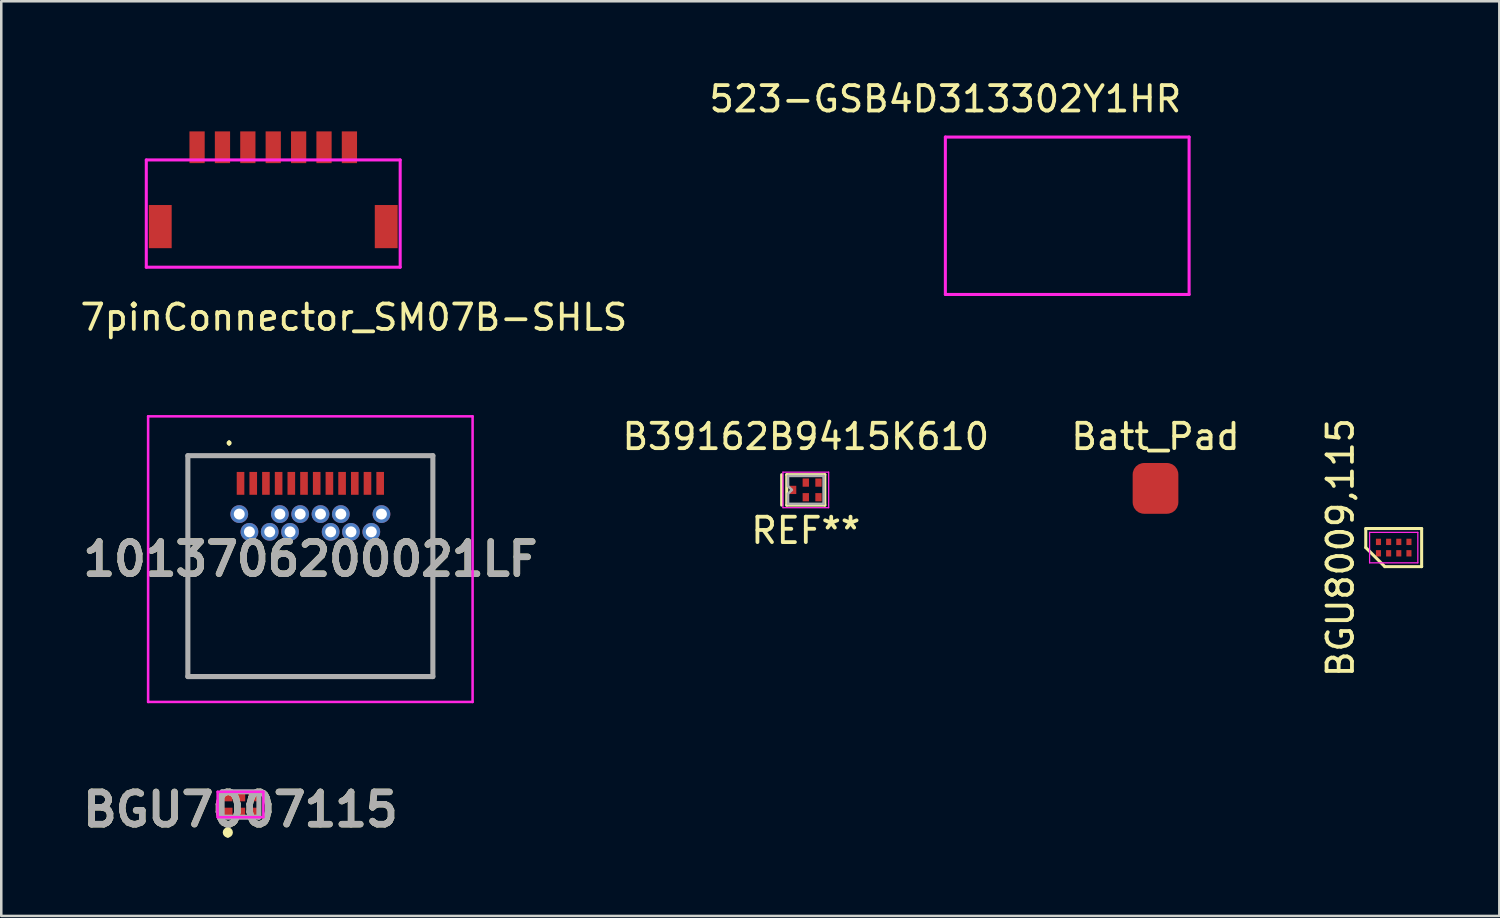
<source format=kicad_pcb>
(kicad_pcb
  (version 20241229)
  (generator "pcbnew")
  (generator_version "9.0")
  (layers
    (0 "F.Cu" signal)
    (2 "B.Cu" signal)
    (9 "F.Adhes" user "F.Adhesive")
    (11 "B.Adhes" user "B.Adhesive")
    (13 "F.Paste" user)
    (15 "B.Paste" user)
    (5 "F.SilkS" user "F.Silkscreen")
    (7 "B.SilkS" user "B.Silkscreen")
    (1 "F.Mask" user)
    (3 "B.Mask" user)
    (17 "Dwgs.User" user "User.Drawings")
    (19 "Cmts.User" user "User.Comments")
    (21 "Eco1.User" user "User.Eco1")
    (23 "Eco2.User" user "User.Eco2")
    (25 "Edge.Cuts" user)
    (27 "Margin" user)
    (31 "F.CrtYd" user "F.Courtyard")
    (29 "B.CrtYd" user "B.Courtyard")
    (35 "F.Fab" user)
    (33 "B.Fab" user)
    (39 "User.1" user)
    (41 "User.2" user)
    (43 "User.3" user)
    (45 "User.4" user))
  (footprint "Batt_Pad"
    (layer "F.Cu")
    (at 42.462 13.646)
    (property "Reference" "Batt_Pad" (at 0 0.5 0) (layer "F.SilkS") (effects (font (size 1 1) (thickness 0.15))))
    (attr through_hole)
    (pad "1" smd roundrect (at 0 2.54) (size 1.8 2) (layers "F.Cu" "F.Mask") (roundrect_rratio 0.25)))
  (footprint "523-GSB4D313302Y1HR"
    (layer "F.Cu")
    (at 34.185 0.348)
    (property "Reference" "523-GSB4D313302Y1HR" (at 0 0.5 0) (layer "F.SilkS") (effects (font (size 1 1) (thickness 0.15))))
    (attr through_hole)
    (fp_line (start 0 2) (end 0 8.2) (stroke (width 0.12) (type solid)) (layer "F.CrtYd"))
    (fp_line (start 0 2) (end 9.6 2) (stroke (width 0.12) (type solid)) (layer "F.CrtYd"))
    (fp_line (start 0 8.2) (end 9.6 8.2) (stroke (width 0.12) (type solid)) (layer "F.CrtYd"))
    (fp_line (start 9.6 2) (end 9.6 8.2) (stroke (width 0.12) (type solid)) (layer "F.CrtYd")))
  (footprint "B39162B9415K610"
    (layer "F.Cu")
    (at 28.688 13.646)
    (property "Reference" "B39162B9415K610" (at 0 0.5 0) (layer "F.SilkS") (effects (font (size 1 1) (thickness 0.15))))
    (attr through_hole)
    (fp_line (start -0.95 2) (end -0.95 3.2) (stroke (width 0.12) (type solid)) (layer "F.SilkS"))
    (fp_line (start -0.75 2) (end -0.75 3.2) (stroke (width 0.12) (type solid)) (layer "F.SilkS"))
    (fp_line (start -0.75 3.2) (end 0.75 3.2) (stroke (width 0.12) (type solid)) (layer "F.SilkS"))
    (fp_line (start 0.75 2) (end -0.75 2) (stroke (width 0.12) (type solid)) (layer "F.SilkS"))
    (fp_line (start 0.75 3.2) (end 0.75 2) (stroke (width 0.12) (type solid)) (layer "F.SilkS"))
    (fp_line (start -0.9 1.9) (end 0.9 1.9) (stroke (width 0.05) (type solid)) (layer "F.CrtYd"))
    (fp_line (start -0.9 3.3) (end -0.9 1.9) (stroke (width 0.05) (type solid)) (layer "F.CrtYd"))
    (fp_line (start 0.9 1.9) (end 0.9 3.3) (stroke (width 0.05) (type solid)) (layer "F.CrtYd"))
    (fp_line (start 0.9 3.3) (end -0.9 3.3) (stroke (width 0.05) (type solid)) (layer "F.CrtYd"))
    (fp_line (start -0.7 2.05) (end -0.7 2.45) (stroke (width 0.1) (type solid)) (layer "F.Fab"))
    (fp_line (start -0.7 2.05) (end 0.7 2.05) (stroke (width 0.1) (type solid)) (layer "F.Fab"))
    (fp_line (start -0.7 2.45) (end -0.55 2.6) (stroke (width 0.1) (type solid)) (layer "F.Fab"))
    (fp_line (start -0.7 2.75) (end -0.7 3.15) (stroke (width 0.1) (type solid)) (layer "F.Fab"))
    (fp_line (start -0.55 2.6) (end -0.7 2.75) (stroke (width 0.1) (type solid)) (layer "F.Fab"))
    (fp_line (start 0.7 2.05) (end 0.7 3.15) (stroke (width 0.1) (type solid)) (layer "F.Fab"))
    (fp_line (start 0.7 3.15) (end -0.7 3.15) (stroke (width 0.1) (type solid)) (layer "F.Fab"))
    (fp_text user "REF**" (at 0 4.2 0) (layer "F.SilkS") (effects (font (size 1 1) (thickness 0.15))))
    (pad "1" smd rect (at -0.5 2.6 90) (size 0.325 0.25) (layers "F.Cu" "F.Mask" "F.Paste"))
    (pad "2" smd rect (at 0 2.312 90) (size 0.325 0.25) (layers "F.Cu" "F.Mask" "F.Paste"))
    (pad "3" smd rect (at 0.5 2.312 90) (size 0.325 0.25) (layers "F.Cu" "F.Mask" "F.Paste"))
    (pad "4" smd rect (at 0.5 2.888 90) (size 0.325 0.25) (layers "F.Cu" "F.Mask" "F.Paste"))
    (pad "5" smd rect (at 0 2.888 90) (size 0.325 0.25) (layers "F.Cu" "F.Mask" "F.Paste")))
  (footprint "BGU8009,115"
    (layer "F.Cu")
    (at 51.844 18.518)
    (property "Reference" "BGU8009,115" (at -2.1 0 90) (layer "F.SilkS") (effects (font (size 1 1) (thickness 0.15))))
    (attr smd)
    (fp_line (start -1.1 -0.75) (end 1.1 -0.75) (stroke (width 0.12) (type solid)) (layer "F.SilkS"))
    (fp_line (start -1.1 0) (end -1.1 -0.75) (stroke (width 0.12) (type solid)) (layer "F.SilkS"))
    (fp_line (start -0.35 0.75) (end -1.1 0) (stroke (width 0.12) (type solid)) (layer "F.SilkS"))
    (fp_line (start 1.1 -0.75) (end 1.1 0.75) (stroke (width 0.12) (type solid)) (layer "F.SilkS"))
    (fp_line (start 1.1 0.75) (end -0.35 0.75) (stroke (width 0.12) (type solid)) (layer "F.SilkS"))
    (fp_line (start -0.95 -0.6) (end 0.95 -0.6) (stroke (width 0.05) (type solid)) (layer "F.CrtYd"))
    (fp_line (start -0.95 0.6) (end -0.95 -0.6) (stroke (width 0.05) (type solid)) (layer "F.CrtYd"))
    (fp_line (start 0.95 -0.6) (end 0.95 0.6) (stroke (width 0.05) (type solid)) (layer "F.CrtYd"))
    (fp_line (start 0.95 0.6) (end -0.95 0.6) (stroke (width 0.05) (type solid)) (layer "F.CrtYd"))
    (pad "1" smd rect (at -0.6 0.225) (size 0.2 0.25) (layers "F.Cu" "F.Mask" "F.Paste"))
    (pad "2" smd rect (at -0.2 0.225) (size 0.2 0.25) (layers "F.Cu" "F.Mask" "F.Paste"))
    (pad "3" smd rect (at 0.2 0.225) (size 0.2 0.25) (layers "F.Cu" "F.Mask" "F.Paste"))
    (pad "4" smd rect (at 0.6 0.225) (size 0.2 0.25) (layers "F.Cu" "F.Mask" "F.Paste"))
    (pad "5" smd rect (at 0.6 -0.225) (size 0.2 0.25) (layers "F.Cu" "F.Mask" "F.Paste"))
    (pad "6" smd rect (at 0.2 -0.225) (size 0.2 0.25) (layers "F.Cu" "F.Mask" "F.Paste"))
    (pad "7" smd rect (at -0.2 -0.225) (size 0.2 0.25) (layers "F.Cu" "F.Mask" "F.Paste"))
    (pad "8" smd rect (at -0.6 -0.225) (size 0.2 0.25) (layers "F.Cu" "F.Mask" "F.Paste")))
  (footprint "BGU7007115"
    (layer "F.Cu")
    (at 6.423 28.637)
    (property "Reference" "BGU7007115" (at 0 0.2 0) (layer "F.SilkS") (effects (font (size 1.27 1.27) (thickness 0.254))))
    (attr smd)
    (fp_line (start -0.5 1) (end -0.5 1) (stroke (width 0.2) (type solid)) (layer "F.SilkS"))
    (fp_line (start -0.5 1.2) (end -0.5 1.2) (stroke (width 0.2) (type solid)) (layer "F.SilkS"))
    (fp_arc (start -0.5 1) (mid -0.4 1.1) (end -0.5 1.2) (stroke (width 0.2) (type solid)) (layer "F.SilkS"))
    (fp_arc (start -0.5 1.2) (mid -0.6 1.1) (end -0.5 1) (stroke (width 0.2) (type solid)) (layer "F.SilkS"))
    (fp_line (start -0.9 0.5) (end -0.9 -0.5) (stroke (width 0.1) (type solid)) (layer "F.CrtYd"))
    (fp_line (start -0.9 0.5) (end 0.9 0.5) (stroke (width 0.1) (type solid)) (layer "F.CrtYd"))
    (fp_line (start 0.9 -0.5) (end -0.9 -0.5) (stroke (width 0.1) (type solid)) (layer "F.CrtYd"))
    (fp_line (start 0.9 -0.5) (end 0.9 0.5) (stroke (width 0.1) (type solid)) (layer "F.CrtYd"))
    (fp_line (start -0.725 -0.5) (end 0.725 -0.5) (stroke (width 0.2) (type solid)) (layer "F.Fab"))
    (fp_line (start -0.725 0.5) (end -0.725 -0.5) (stroke (width 0.2) (type solid)) (layer "F.Fab"))
    (fp_line (start 0.725 -0.5) (end 0.725 0.5) (stroke (width 0.2) (type solid)) (layer "F.Fab"))
    (fp_line (start 0.725 0.5) (end -0.725 0.5) (stroke (width 0.2) (type solid)) (layer "F.Fab"))
    (fp_text user "${REFERENCE}" (at 0 0.2 0) (layer "F.Fab") (effects (font (size 1.27 1.27) (thickness 0.254))))
    (pad "1" smd rect (at -0.5 0.338) (size 0.37 0.425) (layers "F.Cu" "F.Mask" "F.Paste"))
    (pad "2" smd rect (at 0 0.338) (size 0.37 0.425) (layers "F.Cu" "F.Mask" "F.Paste"))
    (pad "3" smd rect (at 0.5 0.338) (size 0.37 0.425) (layers "F.Cu" "F.Mask" "F.Paste"))
    (pad "4" smd rect (at 0.5 -0.338) (size 0.37 0.425) (layers "F.Cu" "F.Mask" "F.Paste"))
    (pad "5" smd rect (at 0 -0.338) (size 0.37 0.425) (layers "F.Cu" "F.Mask" "F.Paste"))
    (pad "6" smd rect (at -0.5 -0.338) (size 0.37 0.425) (layers "F.Cu" "F.Mask" "F.Paste")))
  (footprint "7pinConnector_SM07B-SHLS"
    (layer "F.Cu")
    (at 13.412 0.25)
    (property "Reference" "7pinConnector_SM07B-SHLS" (at -2.525 9.2 0) (layer "F.SilkS") (effects (font (size 1 1) (thickness 0.15))))
    (attr smd)
    (fp_line (start -10.7 3) (end -0.7 3) (stroke (width 0.12) (type solid)) (layer "F.CrtYd"))
    (fp_line (start -10.7 7.225) (end -10.7 3) (stroke (width 0.12) (type solid)) (layer "F.CrtYd"))
    (fp_line (start -0.7 3) (end -0.7 7.225) (stroke (width 0.12) (type solid)) (layer "F.CrtYd"))
    (fp_line (start -0.7 7.225) (end -10.7 7.225) (stroke (width 0.12) (type solid)) (layer "F.CrtYd"))
    (pad "1" smd rect (at -8.7 2.5) (size 0.6 1.25) (layers "F.Cu" "F.Paste"))
    (pad "2" smd rect (at -7.7 2.5) (size 0.6 1.25) (layers "F.Cu" "F.Paste"))
    (pad "3" smd rect (at -6.7 2.5) (size 0.6 1.25) (layers "F.Cu" "F.Paste"))
    (pad "4" smd rect (at -5.7 2.5) (size 0.6 1.25) (layers "F.Cu" "F.Paste"))
    (pad "5" smd rect (at -4.7 2.5) (size 0.6 1.25) (layers "F.Cu" "F.Paste"))
    (pad "6" smd rect (at -3.7 2.5) (size 0.6 1.25) (layers "F.Cu" "F.Paste"))
    (pad "7" smd rect (at -2.7 2.5) (size 0.6 1.25) (layers "F.Cu" "F.Paste"))
    (pad "8" smd rect (at -10.15 5.625) (size 0.9 1.7) (layers "F.Cu" "F.Paste"))
    (pad "9" smd rect (at -1.25 5.625) (size 0.9 1.7) (layers "F.Cu" "F.Paste")))
  (footprint "1013706200021LF"
    (layer "F.Cu")
    (at 9.174 17.798)
    (property "Reference" "1013706200021LF" (at 0 1.175 0) (layer "F.SilkS") (effects (font (size 1.27 1.27) (thickness 0.254))))
    (attr through_hole)
    (fp_line (start -3.2 -3.45) (end -3.2 -3.45) (stroke (width 0.1) (type solid)) (layer "F.SilkS"))
    (fp_line (start -3.2 -3.35) (end -3.2 -3.35) (stroke (width 0.1) (type solid)) (layer "F.SilkS"))
    (fp_arc (start -3.2 -3.45) (mid -3.15 -3.4) (end -3.2 -3.35) (stroke (width 0.1) (type solid)) (layer "F.SilkS"))
    (fp_arc (start -3.2 -3.35) (mid -3.25 -3.4) (end -3.2 -3.45) (stroke (width 0.1) (type solid)) (layer "F.SilkS"))
    (fp_line (start -6.39 -4.45) (end 6.39 -4.45) (stroke (width 0.1) (type solid)) (layer "F.CrtYd"))
    (fp_line (start -6.39 6.8) (end -6.39 -4.45) (stroke (width 0.1) (type solid)) (layer "F.CrtYd"))
    (fp_line (start 6.39 -4.45) (end 6.39 6.8) (stroke (width 0.1) (type solid)) (layer "F.CrtYd"))
    (fp_line (start 6.39 6.8) (end -6.39 6.8) (stroke (width 0.1) (type solid)) (layer "F.CrtYd"))
    (fp_line (start -4.825 -2.9) (end 4.825 -2.9) (stroke (width 0.2) (type solid)) (layer "F.Fab"))
    (fp_line (start -4.825 5.8) (end -4.825 -2.9) (stroke (width 0.2) (type solid)) (layer "F.Fab"))
    (fp_line (start 4.825 -2.9) (end 4.825 5.8) (stroke (width 0.2) (type solid)) (layer "F.Fab"))
    (fp_line (start 4.825 5.8) (end -4.825 5.8) (stroke (width 0.2) (type solid)) (layer "F.Fab"))
    (fp_text user "${REFERENCE}" (at 0 1.175 0) (layer "F.Fab") (effects (font (size 1.27 1.27) (thickness 0.254))))
    (pad "" np_thru_hole circle (at -3.6 -1.25) (size 0.001 0.001) (drill 0.675) (layers "*.Cu" "*.Mask"))
    (pad "" np_thru_hole circle (at 3.6 -1.25) (size 0.001 0.001) (drill 0.95) (layers "*.Cu" "*.Mask"))
    (pad "A1" smd rect (at -2.75 -1.81) (size 0.3 0.9) (layers "F.Cu" "F.Mask" "F.Paste"))
    (pad "A2" smd rect (at -2.25 -1.81) (size 0.3 0.9) (layers "F.Cu" "F.Mask" "F.Paste"))
    (pad "A3" smd rect (at -1.75 -1.81) (size 0.3 0.9) (layers "F.Cu" "F.Mask" "F.Paste"))
    (pad "A4" smd rect (at -1.25 -1.81) (size 0.3 0.9) (layers "F.Cu" "F.Mask" "F.Paste"))
    (pad "A5" smd rect (at -0.75 -1.81) (size 0.3 0.9) (layers "F.Cu" "F.Mask" "F.Paste"))
    (pad "A6" smd rect (at -0.25 -1.81) (size 0.3 0.9) (layers "F.Cu" "F.Mask" "F.Paste"))
    (pad "A7" smd rect (at 0.25 -1.81) (size 0.3 0.9) (layers "F.Cu" "F.Mask" "F.Paste"))
    (pad "A8" smd rect (at 0.75 -1.81) (size 0.3 0.9) (layers "F.Cu" "F.Mask" "F.Paste"))
    (pad "A9" smd rect (at 1.25 -1.81) (size 0.3 0.9) (layers "F.Cu" "F.Mask" "F.Paste"))
    (pad "A10" smd rect (at 1.75 -1.81) (size 0.3 0.9) (layers "F.Cu" "F.Mask" "F.Paste"))
    (pad "A11" smd rect (at 2.25 -1.81) (size 0.3 0.9) (layers "F.Cu" "F.Mask" "F.Paste"))
    (pad "A12" smd rect (at 2.75 -1.81) (size 0.3 0.9) (layers "F.Cu" "F.Mask" "F.Paste"))
    (pad "B1" thru_hole circle (at 2.8 -0.6) (size 0.7 0.7) (drill 0.43) (layers "*.Cu" "*.Mask"))
    (pad "B2" thru_hole circle (at 2.4 0.1) (size 0.7 0.7) (drill 0.43) (layers "*.Cu" "*.Mask"))
    (pad "B3" thru_hole circle (at 1.6 0.1) (size 0.7 0.7) (drill 0.43) (layers "*.Cu" "*.Mask"))
    (pad "B4" thru_hole circle (at 1.2 -0.6) (size 0.7 0.7) (drill 0.43) (layers "*.Cu" "*.Mask"))
    (pad "B5" thru_hole circle (at 0.8 0.1) (size 0.7 0.7) (drill 0.43) (layers "*.Cu" "*.Mask"))
    (pad "B6" thru_hole circle (at 0.4 -0.6) (size 0.7 0.7) (drill 0.43) (layers "*.Cu" "*.Mask"))
    (pad "B7" thru_hole circle (at -0.4 -0.6) (size 0.7 0.7) (drill 0.43) (layers "*.Cu" "*.Mask"))
    (pad "B8" thru_hole circle (at -0.8 0.1) (size 0.7 0.7) (drill 0.43) (layers "*.Cu" "*.Mask"))
    (pad "B9" thru_hole circle (at -1.2 -0.6) (size 0.7 0.7) (drill 0.43) (layers "*.Cu" "*.Mask"))
    (pad "B10" thru_hole circle (at -1.6 0.1) (size 0.7 0.7) (drill 0.43) (layers "*.Cu" "*.Mask"))
    (pad "B11" thru_hole circle (at -2.4 0.1) (size 0.7 0.7) (drill 0.43) (layers "*.Cu" "*.Mask"))
    (pad "B12" thru_hole circle (at -2.8 -0.6) (size 0.7 0.7) (drill 0.43) (layers "*.Cu" "*.Mask")))
  (gr_rect
    (start -3 -3)
    (end 56.004 33.026)
    (stroke (width 0.1) (type default))
    (fill no)
    (layer "Edge.Cuts")))
</source>
